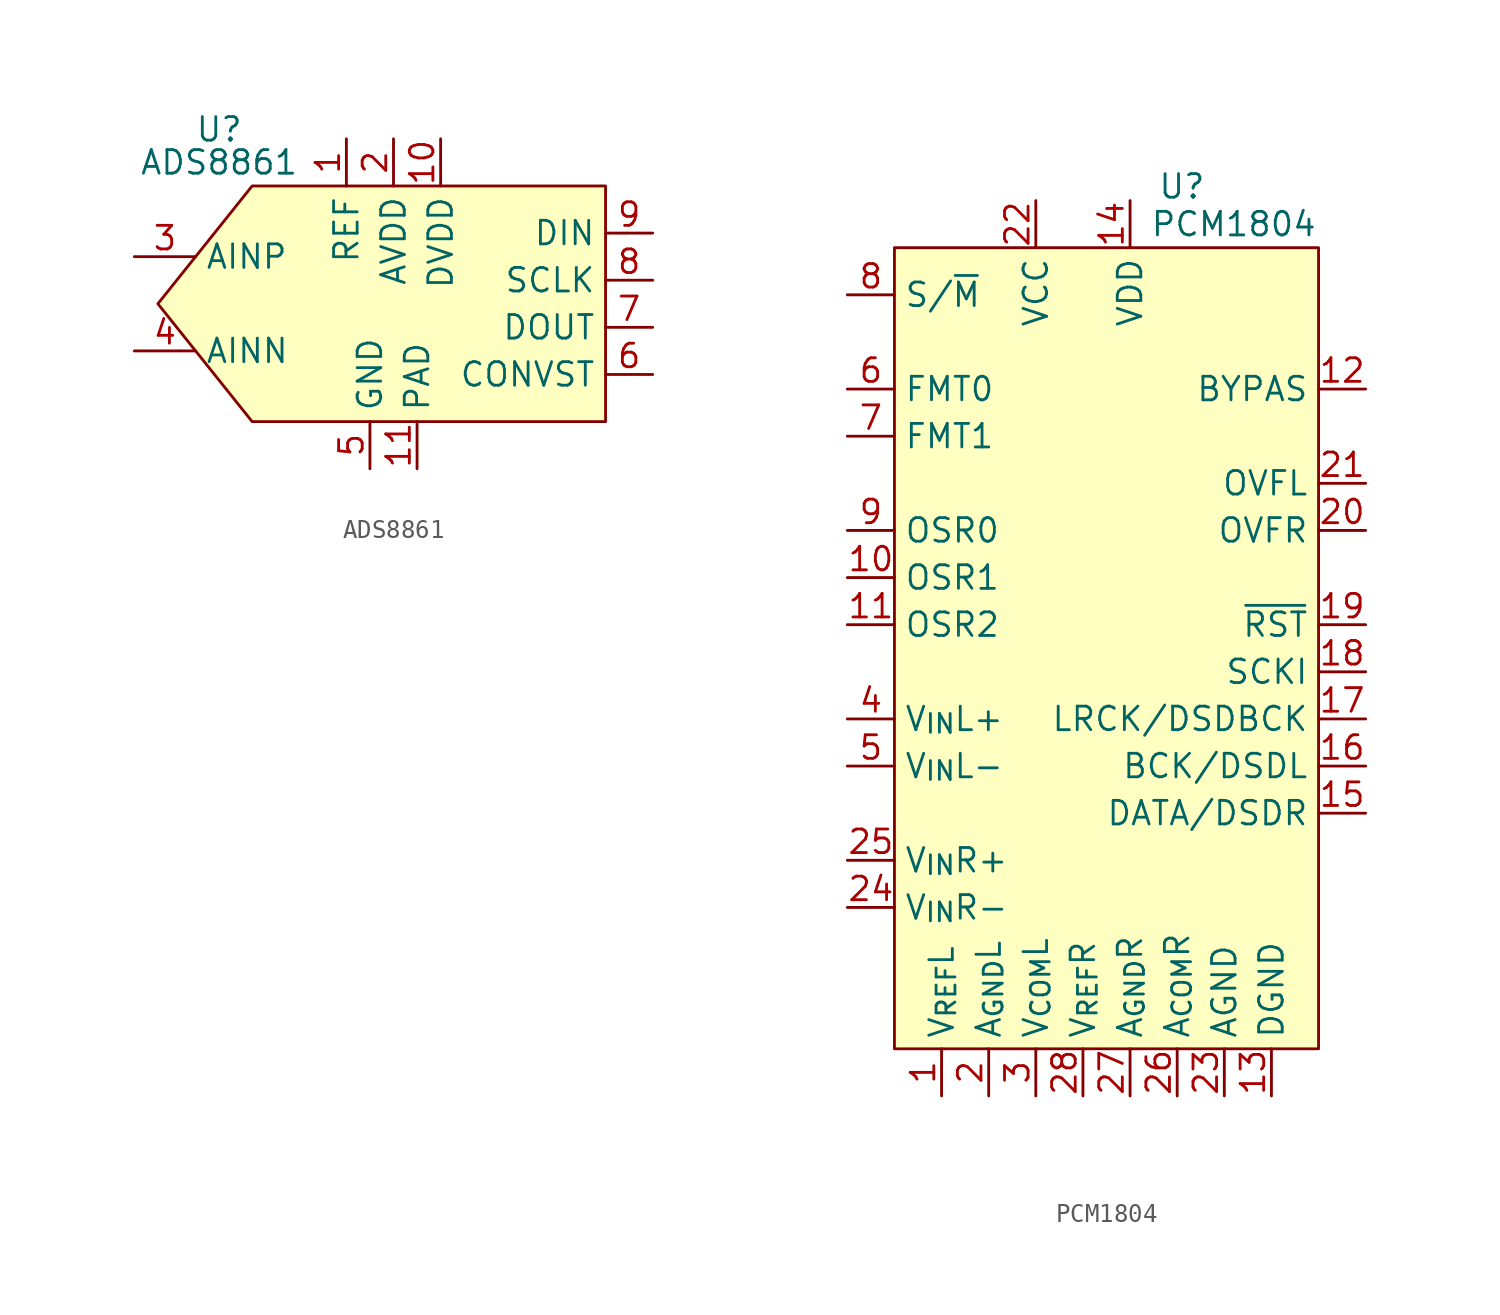
<source format=kicad_sym>
(kicad_symbol_lib
  (version 20231120)
  (generator "kicad_symbol_editor")
  (generator_version "8.0")
  (symbol "ADS8861"
    (property "Reference" "U"
      (at -1.778 9.398 0)
      (effects (font (size 1.27 1.27))))
    (property "Value" "ADS8861"
      (at -1.778 7.62 0)
      (effects (font (size 1.27 1.27))))
    (symbol "ADS8861_0_1"
      (polyline (pts (xy -5.08 0) (xy 0 6.35) (xy 19.05 6.35) (xy 19.05 -6.35) (xy 0 -6.35) (xy -5.08 0)) (stroke (width 0) (type default)) (fill (type background))))
    (symbol "ADS8861_1_1"
      (pin passive line (at 5.08 8.89 270) (length 2.54) (name "REF" (effects (font (size 1.27 1.27)))) (number "1" (effects (font (size 1.27 1.27)))))
      (pin input line (at 10.16 8.89 270) (length 2.54) (name "DVDD" (effects (font (size 1.27 1.27)))) (number "10" (effects (font (size 1.27 1.27)))))
      (pin power_in line (at 8.89 -8.89 90) (length 2.54) (name "PAD" (effects (font (size 1.27 1.27)))) (number "11" (effects (font (size 1.27 1.27)))))
      (pin power_in line (at 7.62 8.89 270) (length 2.54) (name "AVDD" (effects (font (size 1.27 1.27)))) (number "2" (effects (font (size 1.27 1.27)))))
      (pin input line (at -6.35 2.54 0) (length 3.3) (name "AINP" (effects (font (size 1.27 1.27)))) (number "3" (effects (font (size 1.27 1.27)))))
      (pin input line (at -6.35 -2.54 0) (length 3.3) (name "AINN" (effects (font (size 1.27 1.27)))) (number "4" (effects (font (size 1.27 1.27)))))
      (pin power_in line (at 6.35 -8.89 90) (length 2.54) (name "GND" (effects (font (size 1.27 1.27)))) (number "5" (effects (font (size 1.27 1.27)))))
      (pin input line (at 21.59 -3.81 180) (length 2.54) (name "CONVST" (effects (font (size 1.27 1.27)))) (number "6" (effects (font (size 1.27 1.27)))))
      (pin output line (at 21.59 -1.27 180) (length 2.54) (name "DOUT" (effects (font (size 1.27 1.27)))) (number "7" (effects (font (size 1.27 1.27)))))
      (pin input line (at 21.59 1.27 180) (length 2.54) (name "SCLK" (effects (font (size 1.27 1.27)))) (number "8" (effects (font (size 1.27 1.27)))))
      (pin input line (at 21.59 3.81 180) (length 2.54) (name "DIN" (effects (font (size 1.27 1.27)))) (number "9" (effects (font (size 1.27 1.27)))))))
  (symbol "PCM1804"
    (property "Reference" "U"
      (at 5.334 16.002 0)
      (effects (font (size 1.27 1.27))))
    (property "Value" "PCM1804"
      (at 8.128 13.97 0)
      (effects (font (size 1.27 1.27))))
    (symbol "PCM1804_1_1"
      (rectangle (start -10.16 12.7) (end 12.7 -30.48) (stroke (width 0) (type default)) (fill (type background)))
      (pin output line (at -7.62 -33.02 90) (length 2.54) (name "V_{REF}L" (effects (font (size 1.27 1.27)))) (number "1" (effects (font (size 1.27 1.27)))))
      (pin input line (at -12.7 -5.08 0) (length 2.54) (name "OSR1" (effects (font (size 1.27 1.27)))) (number "10" (effects (font (size 1.27 1.27)))))
      (pin input line (at -12.7 -7.62 0) (length 2.54) (name "OSR2" (effects (font (size 1.27 1.27)))) (number "11" (effects (font (size 1.27 1.27)))))
      (pin input line (at 15.24 5.08 180) (length 2.54) (name "BYPAS" (effects (font (size 1.27 1.27)))) (number "12" (effects (font (size 1.27 1.27)))))
      (pin power_in line (at 10.16 -33.02 90) (length 2.54) (name "DGND" (effects (font (size 1.27 1.27)))) (number "13" (effects (font (size 1.27 1.27)))))
      (pin power_in line (at 2.54 15.24 270) (length 2.54) (name "VDD" (effects (font (size 1.27 1.27)))) (number "14" (effects (font (size 1.27 1.27)))))
      (pin output line (at 15.24 -17.78 180) (length 2.54) (name "DATA/DSDR" (effects (font (size 1.27 1.27)))) (number "15" (effects (font (size 1.27 1.27)))))
      (pin bidirectional line (at 15.24 -15.24 180) (length 2.54) (name "BCK/DSDL" (effects (font (size 1.27 1.27)))) (number "16" (effects (font (size 1.27 1.27)))))
      (pin bidirectional line (at 15.24 -12.7 180) (length 2.54) (name "LRCK/DSDBCK" (effects (font (size 1.27 1.27)))) (number "17" (effects (font (size 1.27 1.27)))))
      (pin input line (at 15.24 -10.16 180) (length 2.54) (name "SCKI" (effects (font (size 1.27 1.27)))) (number "18" (effects (font (size 1.27 1.27)))))
      (pin input line (at 15.24 -7.62 180) (length 2.54) (name "~{RST}" (effects (font (size 1.27 1.27)))) (number "19" (effects (font (size 1.27 1.27)))))
      (pin power_out line (at -5.08 -33.02 90) (length 2.54) (name "A_{GND}L" (effects (font (size 1.27 1.27)))) (number "2" (effects (font (size 1.27 1.27)))))
      (pin output line (at 15.24 -2.54 180) (length 2.54) (name "OVFR" (effects (font (size 1.27 1.27)))) (number "20" (effects (font (size 1.27 1.27)))))
      (pin output line (at 15.24 0 180) (length 2.54) (name "OVFL" (effects (font (size 1.27 1.27)))) (number "21" (effects (font (size 1.27 1.27)))))
      (pin power_in line (at -2.54 15.24 270) (length 2.54) (name "VCC" (effects (font (size 1.27 1.27)))) (number "22" (effects (font (size 1.27 1.27)))))
      (pin power_in line (at 7.62 -33.02 90) (length 2.54) (name "AGND" (effects (font (size 1.27 1.27)))) (number "23" (effects (font (size 1.27 1.27)))))
      (pin input line (at -12.7 -22.86 0) (length 2.54) (name "V_{IN}R-" (effects (font (size 1.27 1.27)))) (number "24" (effects (font (size 1.27 1.27)))))
      (pin input line (at -12.7 -20.32 0) (length 2.54) (name "V_{IN}R+" (effects (font (size 1.27 1.27)))) (number "25" (effects (font (size 1.27 1.27)))))
      (pin passive line (at 5.08 -33.02 90) (length 2.54) (name "A_{COM}R" (effects (font (size 1.27 1.27)))) (number "26" (effects (font (size 1.27 1.27)))))
      (pin power_in line (at 2.54 -33.02 90) (length 2.54) (name "A_{GND}R" (effects (font (size 1.27 1.27)))) (number "27" (effects (font (size 1.27 1.27)))))
      (pin output line (at 0 -33.02 90) (length 2.54) (name "V_{REF}R" (effects (font (size 1.27 1.27)))) (number "28" (effects (font (size 1.27 1.27)))))
      (pin passive line (at -2.54 -33.02 90) (length 2.54) (name "V_{COM}L" (effects (font (size 1.27 1.27)))) (number "3" (effects (font (size 1.27 1.27)))))
      (pin input line (at -12.7 -12.7 0) (length 2.54) (name "V_{IN}L+" (effects (font (size 1.27 1.27)))) (number "4" (effects (font (size 1.27 1.27)))))
      (pin input line (at -12.7 -15.24 0) (length 2.54) (name "V_{IN}L-" (effects (font (size 1.27 1.27)))) (number "5" (effects (font (size 1.27 1.27)))))
      (pin input line (at -12.7 5.08 0) (length 2.54) (name "FMT0" (effects (font (size 1.27 1.27)))) (number "6" (effects (font (size 1.27 1.27)))))
      (pin input line (at -12.7 2.54 0) (length 2.54) (name "FMT1" (effects (font (size 1.27 1.27)))) (number "7" (effects (font (size 1.27 1.27)))))
      (pin input line (at -12.7 10.16 0) (length 2.54) (name "S/~{M}" (effects (font (size 1.27 1.27)))) (number "8" (effects (font (size 1.27 1.27)))))
      (pin input line (at -12.7 -2.54 0) (length 2.54) (name "OSR0" (effects (font (size 1.27 1.27)))) (number "9" (effects (font (size 1.27 1.27))))))))
</source>
